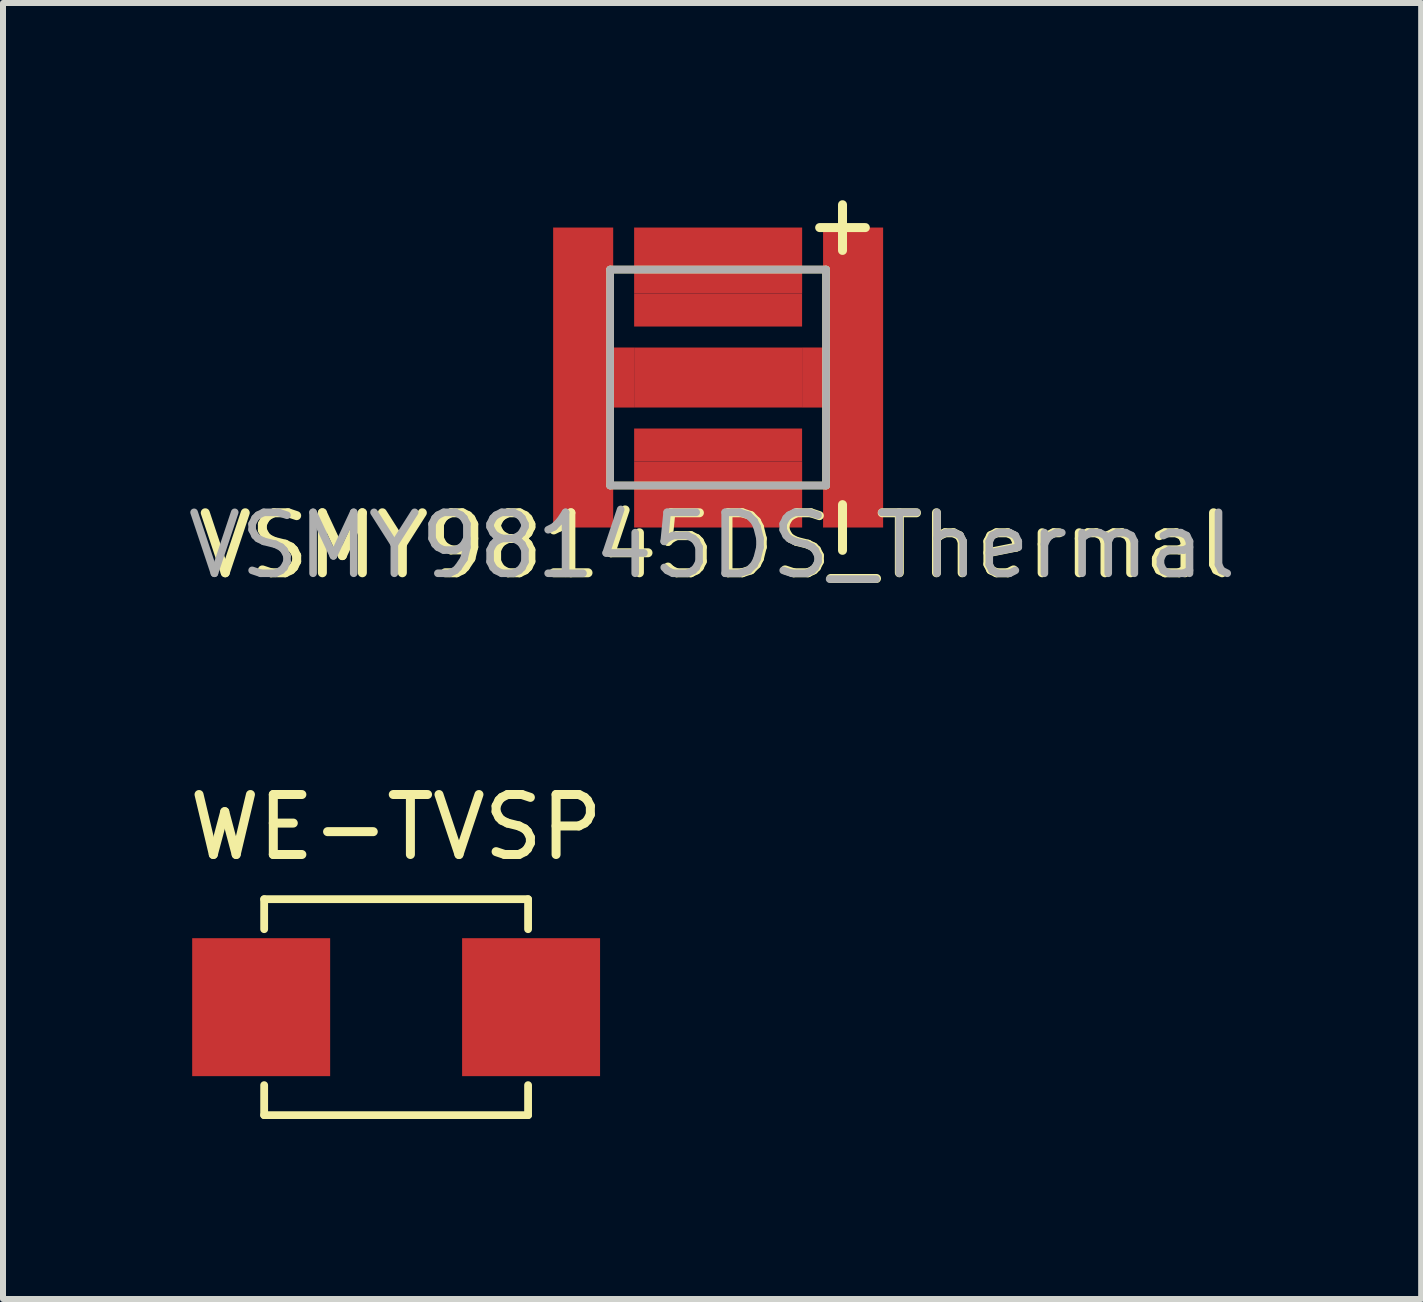
<source format=kicad_pcb>
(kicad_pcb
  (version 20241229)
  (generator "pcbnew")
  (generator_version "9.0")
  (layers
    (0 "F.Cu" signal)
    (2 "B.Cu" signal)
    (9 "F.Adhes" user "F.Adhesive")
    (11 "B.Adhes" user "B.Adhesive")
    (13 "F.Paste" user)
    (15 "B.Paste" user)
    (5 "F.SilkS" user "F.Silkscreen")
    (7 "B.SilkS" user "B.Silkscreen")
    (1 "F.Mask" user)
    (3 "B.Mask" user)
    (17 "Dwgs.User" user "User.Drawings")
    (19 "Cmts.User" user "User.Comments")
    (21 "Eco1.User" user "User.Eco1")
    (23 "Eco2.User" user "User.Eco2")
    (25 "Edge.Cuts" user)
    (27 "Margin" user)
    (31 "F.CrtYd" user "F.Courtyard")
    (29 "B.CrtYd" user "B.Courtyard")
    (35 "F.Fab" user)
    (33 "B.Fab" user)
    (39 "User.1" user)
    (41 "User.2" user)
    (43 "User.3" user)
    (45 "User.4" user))
  (footprint "WE-TVSP"
    (layer "F.Cu")
    (at 3.554 13.741)
    (property "Reference" "WE-TVSP" (at 0 -3 0) (layer "F.SilkS") (effects (font (size 1 1) (thickness 0.15))))
    (attr through_hole)
    (fp_line (start -2.2 -1.8) (end -2.2 -1.3) (stroke (width 0.13) (type solid)) (layer "F.SilkS"))
    (fp_line (start -2.2 -1.8) (end 2.2 -1.8) (stroke (width 0.13) (type solid)) (layer "F.SilkS"))
    (fp_line (start -2.2 1.8) (end -2.2 1.3) (stroke (width 0.13) (type solid)) (layer "F.SilkS"))
    (fp_line (start -2.2 1.8) (end 2.2 1.8) (stroke (width 0.13) (type solid)) (layer "F.SilkS"))
    (fp_line (start 2.2 -1.8) (end 2.2 -1.3) (stroke (width 0.13) (type solid)) (layer "F.SilkS"))
    (fp_line (start 2.2 1.8) (end 2.2 1.3) (stroke (width 0.13) (type solid)) (layer "F.SilkS"))
    (pad "1" smd rect (at -2.25 0) (size 2.3 2.3) (layers "F.Cu" "F.Mask" "F.Paste"))
    (pad "2" smd rect (at 2.25 0) (size 2.3 2.3) (layers "F.Cu" "F.Mask" "F.Paste")))
  (footprint "VSMY98145DS_Thermal"
    (layer "F.Cu")
    (at 8.922 3.244)
    (property "Reference" "VSMY98145DS_Thermal" (at -0.05 2.8 0) (layer "F.SilkS") (effects (font (size 1 1) (thickness 0.15))))
    (attr smd)
    (fp_poly (pts (xy -2.75 2.5) (xy -1.75 2.5) (xy -1.75 -2.5) (xy -2.75 -2.5)) (stroke (width 0.001) (type solid)) (fill yes) (layer "F.Cu"))
    (fp_poly (pts (xy -2.5 0.5) (xy -1.4 0.5) (xy -1.4 -0.5) (xy -2.5 -0.5)) (stroke (width 0.001) (type solid)) (fill yes) (layer "F.Cu"))
    (fp_poly (pts (xy -1.4 -1.4) (xy 1.4 -1.4) (xy 1.4 -2.5) (xy -1.4 -2.5)) (stroke (width 0.001) (type solid)) (fill yes) (layer "F.Cu"))
    (fp_poly (pts (xy -1.4 2.5) (xy 1.4 2.5) (xy 1.4 1.4) (xy -1.4 1.4)) (stroke (width 0.001) (type solid)) (fill yes) (layer "F.Cu"))
    (fp_poly (pts (xy 1.4 0.5) (xy 2.5 0.5) (xy 2.5 -0.5) (xy 1.4 -0.5)) (stroke (width 0.001) (type solid)) (fill yes) (layer "F.Cu"))
    (fp_poly (pts (xy 1.75 2.5) (xy 2.75 2.5) (xy 2.75 -2.5) (xy 1.75 -2.5)) (stroke (width 0.001) (type solid)) (fill yes) (layer "F.Cu"))
    (fp_line (start -1.8 1.8) (end -1.8 -1.8) (stroke (width 0.127) (type solid)) (layer "F.SilkS"))
    (fp_line (start -1.8 1.8) (end 1.8 1.8) (stroke (width 0.127) (type solid)) (layer "F.SilkS"))
    (fp_line (start 1.8 -1.8) (end -1.8 -1.8) (stroke (width 0.127) (type solid)) (layer "F.SilkS"))
    (fp_line (start 1.8 -1.8) (end 1.8 1.8) (stroke (width 0.127) (type solid)) (layer "F.SilkS"))
    (fp_line (start -1.8 -1.8) (end -1.8 1.8) (stroke (width 0.127) (type solid)) (layer "F.Fab"))
    (fp_line (start -1.8 -1.8) (end 1.8 -1.8) (stroke (width 0.127) (type solid)) (layer "F.Fab"))
    (fp_line (start 1.8 1.8) (end -1.8 1.8) (stroke (width 0.127) (type solid)) (layer "F.Fab"))
    (fp_line (start 1.8 1.8) (end 1.8 -1.8) (stroke (width 0.127) (type solid)) (layer "F.Fab"))
    (fp_text user "-" (at 2 2.5 270) (layer "F.SilkS") (effects (font (size 1 1) (thickness 0.15))))
    (fp_text user "+" (at 2 -2.5 270) (layer "F.SilkS") (effects (font (size 1 1) (thickness 0.15))))
    (fp_text user "${REFERENCE}" (at -0.1 2.8 0) (layer "F.Fab") (effects (font (size 1.016 1.016) (thickness 0.127))))
    (pad "1" smd rect (at 0 1.125 270) (size 0.55 2.8) (layers "F.Cu" "F.Mask" "F.Paste"))
    (pad "2" smd rect (at 0 -1.125 270) (size 0.55 2.8) (layers "F.Cu" "F.Mask" "F.Paste"))
    (pad "2" smd rect (at 0 0 270) (size 1 2.8) (layers "F.Cu" "F.Mask" "F.Paste")))
  (gr_rect
    (start -3 -3)
    (end 20.643 18.606)
    (stroke (width 0.1) (type default))
    (fill no)
    (layer "Edge.Cuts")))
</source>
